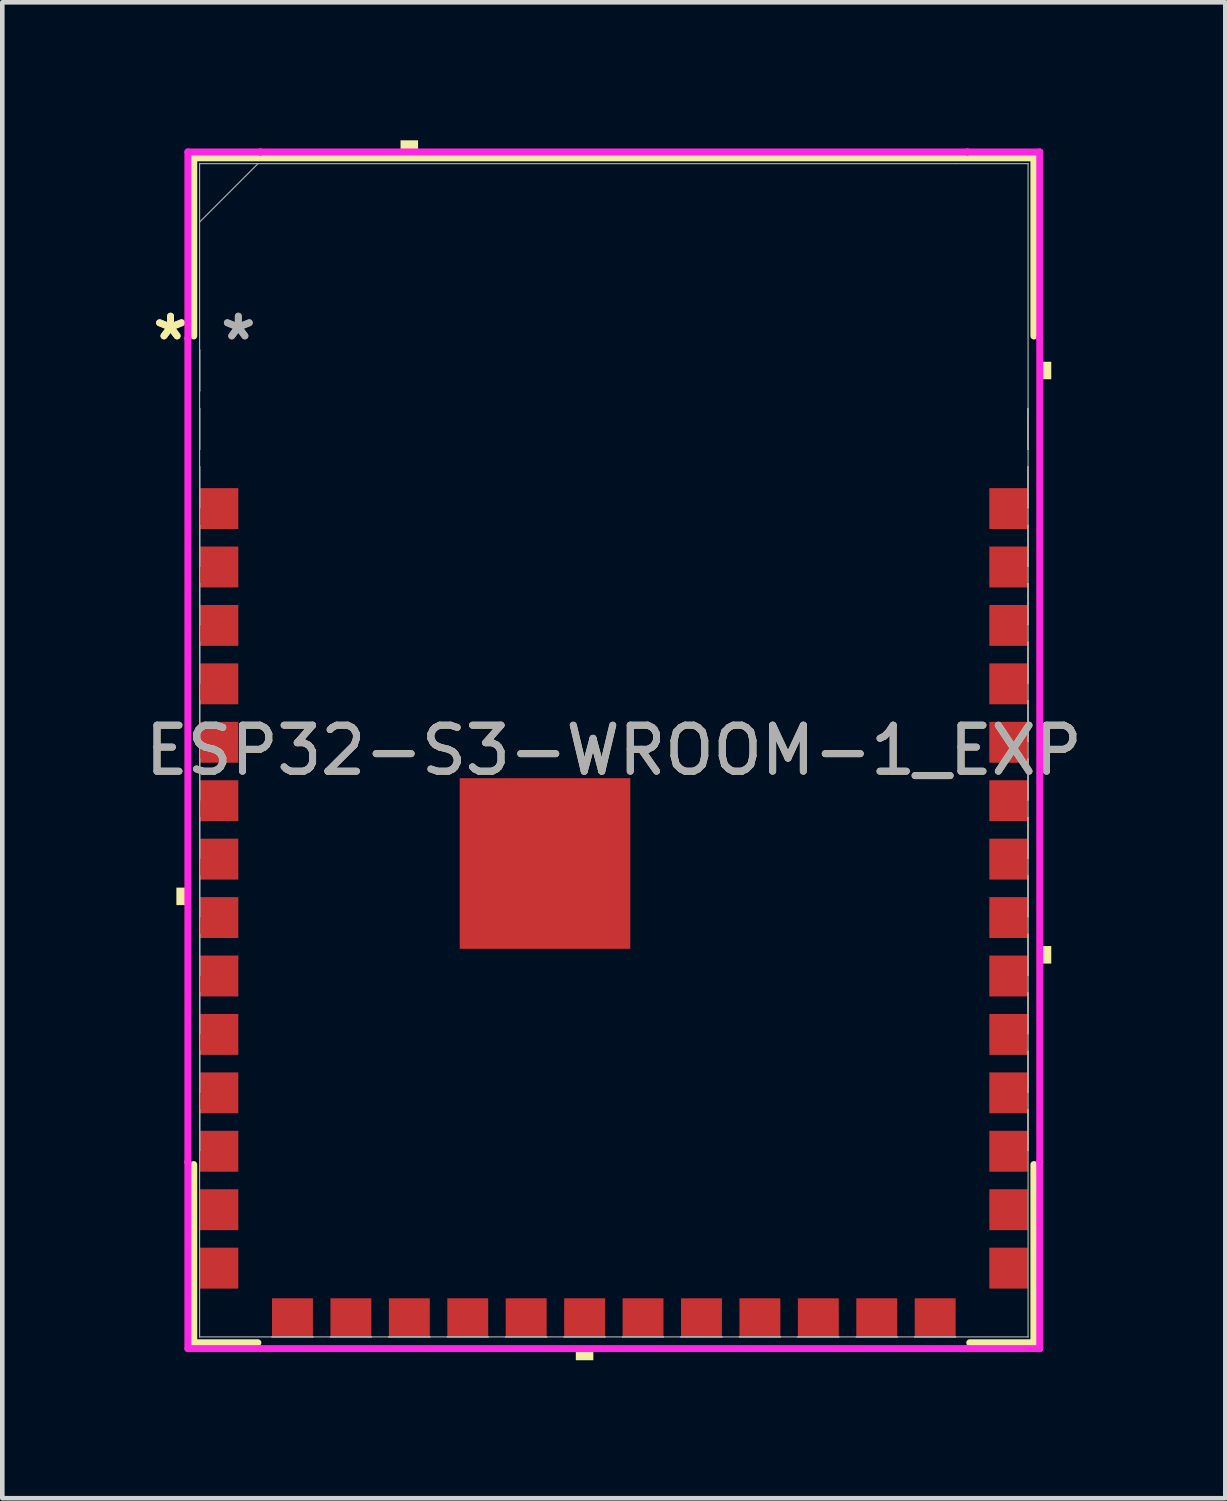
<source format=kicad_pcb>
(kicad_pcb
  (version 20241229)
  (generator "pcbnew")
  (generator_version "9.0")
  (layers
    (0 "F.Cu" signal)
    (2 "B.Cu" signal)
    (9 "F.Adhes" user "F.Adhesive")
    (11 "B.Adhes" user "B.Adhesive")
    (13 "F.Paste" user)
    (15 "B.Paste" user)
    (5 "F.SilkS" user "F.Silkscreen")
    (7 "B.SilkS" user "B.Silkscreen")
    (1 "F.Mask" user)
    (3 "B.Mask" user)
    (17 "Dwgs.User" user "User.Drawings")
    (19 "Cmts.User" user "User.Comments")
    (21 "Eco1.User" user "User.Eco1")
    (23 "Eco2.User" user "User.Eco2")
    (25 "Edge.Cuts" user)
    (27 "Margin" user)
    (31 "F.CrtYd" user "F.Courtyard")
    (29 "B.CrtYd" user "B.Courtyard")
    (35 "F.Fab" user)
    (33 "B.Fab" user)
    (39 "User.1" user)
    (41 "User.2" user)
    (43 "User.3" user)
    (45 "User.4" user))
  (footprint "ESP32-S3-WROOM-1_EXP"
    (layer "F.Cu")
    (at 10.292 13.258)
    (property "Reference" "ESP32-S3-WROOM-1_EXP" (at 0 0 0) (unlocked yes) (layer "F.SilkS") (effects (font (size 1 1) (thickness 0.15))))
    (attr smd)
    (fp_line (start -9.131 -12.878) (end -9.131 -9.005) (stroke (width 0.152) (type solid)) (layer "F.SilkS"))
    (fp_line (start -9.131 9.005) (end -9.131 12.878) (stroke (width 0.152) (type solid)) (layer "F.SilkS"))
    (fp_line (start -9.131 12.878) (end -7.737 12.878) (stroke (width 0.152) (type solid)) (layer "F.SilkS"))
    (fp_line (start 7.737 12.878) (end 9.131 12.878) (stroke (width 0.152) (type solid)) (layer "F.SilkS"))
    (fp_line (start 9.131 -12.878) (end -9.131 -12.878) (stroke (width 0.152) (type solid)) (layer "F.SilkS"))
    (fp_line (start 9.131 -9.005) (end 9.131 -12.878) (stroke (width 0.152) (type solid)) (layer "F.SilkS"))
    (fp_line (start 9.131 12.878) (end 9.131 9.005) (stroke (width 0.152) (type solid)) (layer "F.SilkS"))
    (fp_poly (pts (xy -9.508 2.985) (xy -9.508 3.365) (xy -9.254 3.365) (xy -9.254 2.985)) (stroke (width 0) (type solid)) (fill yes) (layer "F.SilkS"))
    (fp_poly (pts (xy -4.636 -13.004) (xy -4.636 -13.258) (xy -4.255 -13.258) (xy -4.255 -13.004)) (stroke (width 0) (type solid)) (fill yes) (layer "F.SilkS"))
    (fp_poly (pts (xy -0.826 13.004) (xy -0.826 13.258) (xy -0.445 13.258) (xy -0.445 13.004)) (stroke (width 0) (type solid)) (fill yes) (layer "F.SilkS"))
    (fp_poly (pts (xy 9.508 -8.445) (xy 9.508 -8.065) (xy 9.254 -8.065) (xy 9.254 -8.445)) (stroke (width 0) (type solid)) (fill yes) (layer "F.SilkS"))
    (fp_poly (pts (xy 9.508 4.255) (xy 9.508 4.636) (xy 9.254 4.636) (xy 9.254 4.255)) (stroke (width 0) (type solid)) (fill yes) (layer "F.SilkS"))
    (fp_poly (pts (xy -1.754 -1.754) (xy -1.754 -0.1) (xy -0.1 -0.1) (xy -0.1 -1.754)) (stroke (width 0) (type solid)) (fill yes) (layer "F.Paste"))
    (fp_poly (pts (xy -1.754 0.1) (xy -1.754 1.754) (xy -0.1 1.754) (xy -0.1 0.1)) (stroke (width 0) (type solid)) (fill yes) (layer "F.Paste"))
    (fp_poly (pts (xy 0.1 -1.754) (xy 0.1 -0.1) (xy 1.754 -0.1) (xy 1.754 -1.754)) (stroke (width 0) (type solid)) (fill yes) (layer "F.Paste"))
    (fp_poly (pts (xy 0.1 0.1) (xy 0.1 1.754) (xy 1.754 1.754) (xy 1.754 0.1)) (stroke (width 0) (type solid)) (fill yes) (layer "F.Paste"))
    (fp_line (start -9.258 -13.005) (end -7.684 -13.005) (stroke (width 0.152) (type solid)) (layer "F.CrtYd"))
    (fp_line (start -9.258 -8.954) (end -9.258 -13.005) (stroke (width 0.152) (type solid)) (layer "F.CrtYd"))
    (fp_line (start -9.258 -8.954) (end -9.258 -8.954) (stroke (width 0.152) (type solid)) (layer "F.CrtYd"))
    (fp_line (start -9.258 8.954) (end -9.258 -8.954) (stroke (width 0.152) (type solid)) (layer "F.CrtYd"))
    (fp_line (start -9.258 8.954) (end -9.258 8.954) (stroke (width 0.152) (type solid)) (layer "F.CrtYd"))
    (fp_line (start -9.258 13.005) (end -9.258 8.954) (stroke (width 0.152) (type solid)) (layer "F.CrtYd"))
    (fp_line (start -7.684 -13.005) (end -7.684 -13.005) (stroke (width 0.152) (type solid)) (layer "F.CrtYd"))
    (fp_line (start -7.684 -13.005) (end 7.684 -13.005) (stroke (width 0.152) (type solid)) (layer "F.CrtYd"))
    (fp_line (start -7.684 13.005) (end -9.258 13.005) (stroke (width 0.152) (type solid)) (layer "F.CrtYd"))
    (fp_line (start -7.684 13.005) (end -7.684 13.005) (stroke (width 0.152) (type solid)) (layer "F.CrtYd"))
    (fp_line (start 7.684 -13.005) (end 7.684 -13.005) (stroke (width 0.152) (type solid)) (layer "F.CrtYd"))
    (fp_line (start 7.684 -13.005) (end 9.258 -13.005) (stroke (width 0.152) (type solid)) (layer "F.CrtYd"))
    (fp_line (start 7.684 13.005) (end -7.684 13.005) (stroke (width 0.152) (type solid)) (layer "F.CrtYd"))
    (fp_line (start 7.684 13.005) (end 7.684 13.005) (stroke (width 0.152) (type solid)) (layer "F.CrtYd"))
    (fp_line (start 9.258 -13.005) (end 9.258 -8.954) (stroke (width 0.152) (type solid)) (layer "F.CrtYd"))
    (fp_line (start 9.258 -8.954) (end 9.258 -8.954) (stroke (width 0.152) (type solid)) (layer "F.CrtYd"))
    (fp_line (start 9.258 -8.954) (end 9.258 8.954) (stroke (width 0.152) (type solid)) (layer "F.CrtYd"))
    (fp_line (start 9.258 8.954) (end 9.258 8.954) (stroke (width 0.152) (type solid)) (layer "F.CrtYd"))
    (fp_line (start 9.258 8.954) (end 9.258 13.005) (stroke (width 0.152) (type solid)) (layer "F.CrtYd"))
    (fp_line (start 9.258 13.005) (end 7.684 13.005) (stroke (width 0.152) (type solid)) (layer "F.CrtYd"))
    (fp_line (start -9.004 -12.751) (end -9.004 -12.751) (stroke (width 0.025) (type solid)) (layer "F.Fab"))
    (fp_line (start -9.004 -12.751) (end -9.004 12.751) (stroke (width 0.025) (type solid)) (layer "F.Fab"))
    (fp_line (start -9.004 -11.481) (end -7.734 -12.751) (stroke (width 0.025) (type solid)) (layer "F.Fab"))
    (fp_line (start -9.004 -8.7) (end -9 -8.7) (stroke (width 0.025) (type solid)) (layer "F.Fab"))
    (fp_line (start -9.004 -7.811) (end -9.004 -8.7) (stroke (width 0.025) (type solid)) (layer "F.Fab"))
    (fp_line (start -9.004 -7.429) (end -9 -7.429) (stroke (width 0.025) (type solid)) (layer "F.Fab"))
    (fp_line (start -9.004 -6.54) (end -9.004 -7.429) (stroke (width 0.025) (type solid)) (layer "F.Fab"))
    (fp_line (start -9.004 -6.16) (end -9 -6.16) (stroke (width 0.025) (type solid)) (layer "F.Fab"))
    (fp_line (start -9.004 -5.271) (end -9.004 -6.16) (stroke (width 0.025) (type solid)) (layer "F.Fab"))
    (fp_line (start -9.004 -4.889) (end -9 -4.889) (stroke (width 0.025) (type solid)) (layer "F.Fab"))
    (fp_line (start -9.004 -4) (end -9.004 -4.889) (stroke (width 0.025) (type solid)) (layer "F.Fab"))
    (fp_line (start -9.004 -3.619) (end -9 -3.619) (stroke (width 0.025) (type solid)) (layer "F.Fab"))
    (fp_line (start -9.004 -2.731) (end -9.004 -3.619) (stroke (width 0.025) (type solid)) (layer "F.Fab"))
    (fp_line (start -9.004 -2.349) (end -9 -2.349) (stroke (width 0.025) (type solid)) (layer "F.Fab"))
    (fp_line (start -9.004 -1.46) (end -9.004 -2.349) (stroke (width 0.025) (type solid)) (layer "F.Fab"))
    (fp_line (start -9.004 -1.079) (end -9 -1.079) (stroke (width 0.025) (type solid)) (layer "F.Fab"))
    (fp_line (start -9.004 -0.191) (end -9.004 -1.079) (stroke (width 0.025) (type solid)) (layer "F.Fab"))
    (fp_line (start -9.004 0.191) (end -9 0.191) (stroke (width 0.025) (type solid)) (layer "F.Fab"))
    (fp_line (start -9.004 1.079) (end -9.004 0.191) (stroke (width 0.025) (type solid)) (layer "F.Fab"))
    (fp_line (start -9.004 1.46) (end -9 1.46) (stroke (width 0.025) (type solid)) (layer "F.Fab"))
    (fp_line (start -9.004 2.349) (end -9.004 1.46) (stroke (width 0.025) (type solid)) (layer "F.Fab"))
    (fp_line (start -9.004 2.731) (end -9 2.731) (stroke (width 0.025) (type solid)) (layer "F.Fab"))
    (fp_line (start -9.004 3.619) (end -9.004 2.731) (stroke (width 0.025) (type solid)) (layer "F.Fab"))
    (fp_line (start -9.004 4) (end -9 4) (stroke (width 0.025) (type solid)) (layer "F.Fab"))
    (fp_line (start -9.004 4.889) (end -9.004 4) (stroke (width 0.025) (type solid)) (layer "F.Fab"))
    (fp_line (start -9.004 5.271) (end -9 5.271) (stroke (width 0.025) (type solid)) (layer "F.Fab"))
    (fp_line (start -9.004 6.16) (end -9.004 5.271) (stroke (width 0.025) (type solid)) (layer "F.Fab"))
    (fp_line (start -9.004 6.54) (end -9 6.54) (stroke (width 0.025) (type solid)) (layer "F.Fab"))
    (fp_line (start -9.004 7.429) (end -9.004 6.54) (stroke (width 0.025) (type solid)) (layer "F.Fab"))
    (fp_line (start -9.004 7.811) (end -9 7.811) (stroke (width 0.025) (type solid)) (layer "F.Fab"))
    (fp_line (start -9.004 8.7) (end -9.004 7.811) (stroke (width 0.025) (type solid)) (layer "F.Fab"))
    (fp_line (start -9.004 12.751) (end -9.004 12.751) (stroke (width 0.025) (type solid)) (layer "F.Fab"))
    (fp_line (start -9.004 12.751) (end 9.004 12.751) (stroke (width 0.025) (type solid)) (layer "F.Fab"))
    (fp_line (start -9 -8.7) (end -9 -7.811) (stroke (width 0.025) (type solid)) (layer "F.Fab"))
    (fp_line (start -9 -7.811) (end -9.004 -7.811) (stroke (width 0.025) (type solid)) (layer "F.Fab"))
    (fp_line (start -9 -7.429) (end -9 -6.54) (stroke (width 0.025) (type solid)) (layer "F.Fab"))
    (fp_line (start -9 -6.54) (end -9.004 -6.54) (stroke (width 0.025) (type solid)) (layer "F.Fab"))
    (fp_line (start -9 -6.16) (end -9 -5.271) (stroke (width 0.025) (type solid)) (layer "F.Fab"))
    (fp_line (start -9 -5.271) (end -9.004 -5.271) (stroke (width 0.025) (type solid)) (layer "F.Fab"))
    (fp_line (start -9 -4.889) (end -9 -4) (stroke (width 0.025) (type solid)) (layer "F.Fab"))
    (fp_line (start -9 -4) (end -9.004 -4) (stroke (width 0.025) (type solid)) (layer "F.Fab"))
    (fp_line (start -9 -3.619) (end -9 -2.731) (stroke (width 0.025) (type solid)) (layer "F.Fab"))
    (fp_line (start -9 -2.731) (end -9.004 -2.731) (stroke (width 0.025) (type solid)) (layer "F.Fab"))
    (fp_line (start -9 -2.349) (end -9 -1.46) (stroke (width 0.025) (type solid)) (layer "F.Fab"))
    (fp_line (start -9 -1.46) (end -9.004 -1.46) (stroke (width 0.025) (type solid)) (layer "F.Fab"))
    (fp_line (start -9 -1.079) (end -9 -0.191) (stroke (width 0.025) (type solid)) (layer "F.Fab"))
    (fp_line (start -9 -0.191) (end -9.004 -0.191) (stroke (width 0.025) (type solid)) (layer "F.Fab"))
    (fp_line (start -9 0.191) (end -9 1.079) (stroke (width 0.025) (type solid)) (layer "F.Fab"))
    (fp_line (start -9 1.079) (end -9.004 1.079) (stroke (width 0.025) (type solid)) (layer "F.Fab"))
    (fp_line (start -9 1.46) (end -9 2.349) (stroke (width 0.025) (type solid)) (layer "F.Fab"))
    (fp_line (start -9 2.349) (end -9.004 2.349) (stroke (width 0.025) (type solid)) (layer "F.Fab"))
    (fp_line (start -9 2.731) (end -9 3.619) (stroke (width 0.025) (type solid)) (layer "F.Fab"))
    (fp_line (start -9 3.619) (end -9.004 3.619) (stroke (width 0.025) (type solid)) (layer "F.Fab"))
    (fp_line (start -9 4) (end -9 4.889) (stroke (width 0.025) (type solid)) (layer "F.Fab"))
    (fp_line (start -9 4.889) (end -9.004 4.889) (stroke (width 0.025) (type solid)) (layer "F.Fab"))
    (fp_line (start -9 5.271) (end -9 6.16) (stroke (width 0.025) (type solid)) (layer "F.Fab"))
    (fp_line (start -9 6.16) (end -9.004 6.16) (stroke (width 0.025) (type solid)) (layer "F.Fab"))
    (fp_line (start -9 6.54) (end -9 7.429) (stroke (width 0.025) (type solid)) (layer "F.Fab"))
    (fp_line (start -9 7.429) (end -9.004 7.429) (stroke (width 0.025) (type solid)) (layer "F.Fab"))
    (fp_line (start -9 7.811) (end -9 8.7) (stroke (width 0.025) (type solid)) (layer "F.Fab"))
    (fp_line (start -9 8.7) (end -9.004 8.7) (stroke (width 0.025) (type solid)) (layer "F.Fab"))
    (fp_line (start -7.429 12.75) (end -6.54 12.75) (stroke (width 0.025) (type solid)) (layer "F.Fab"))
    (fp_line (start -7.429 12.751) (end -7.429 12.75) (stroke (width 0.025) (type solid)) (layer "F.Fab"))
    (fp_line (start -6.54 12.75) (end -6.54 12.751) (stroke (width 0.025) (type solid)) (layer "F.Fab"))
    (fp_line (start -6.54 12.751) (end -7.429 12.751) (stroke (width 0.025) (type solid)) (layer "F.Fab"))
    (fp_line (start -6.16 12.75) (end -5.271 12.75) (stroke (width 0.025) (type solid)) (layer "F.Fab"))
    (fp_line (start -6.16 12.751) (end -6.16 12.75) (stroke (width 0.025) (type solid)) (layer "F.Fab"))
    (fp_line (start -5.271 12.75) (end -5.271 12.751) (stroke (width 0.025) (type solid)) (layer "F.Fab"))
    (fp_line (start -5.271 12.751) (end -6.16 12.751) (stroke (width 0.025) (type solid)) (layer "F.Fab"))
    (fp_line (start -4.889 12.75) (end -4 12.75) (stroke (width 0.025) (type solid)) (layer "F.Fab"))
    (fp_line (start -4.889 12.751) (end -4.889 12.75) (stroke (width 0.025) (type solid)) (layer "F.Fab"))
    (fp_line (start -4 12.75) (end -4 12.751) (stroke (width 0.025) (type solid)) (layer "F.Fab"))
    (fp_line (start -4 12.751) (end -4.889 12.751) (stroke (width 0.025) (type solid)) (layer "F.Fab"))
    (fp_line (start -3.619 12.75) (end -2.731 12.75) (stroke (width 0.025) (type solid)) (layer "F.Fab"))
    (fp_line (start -3.619 12.751) (end -3.619 12.75) (stroke (width 0.025) (type solid)) (layer "F.Fab"))
    (fp_line (start -2.731 12.75) (end -2.731 12.751) (stroke (width 0.025) (type solid)) (layer "F.Fab"))
    (fp_line (start -2.731 12.751) (end -3.619 12.751) (stroke (width 0.025) (type solid)) (layer "F.Fab"))
    (fp_line (start -2.349 12.75) (end -1.46 12.75) (stroke (width 0.025) (type solid)) (layer "F.Fab"))
    (fp_line (start -2.349 12.751) (end -2.349 12.75) (stroke (width 0.025) (type solid)) (layer "F.Fab"))
    (fp_line (start -1.46 12.75) (end -1.46 12.751) (stroke (width 0.025) (type solid)) (layer "F.Fab"))
    (fp_line (start -1.46 12.751) (end -2.349 12.751) (stroke (width 0.025) (type solid)) (layer "F.Fab"))
    (fp_line (start -1.079 12.75) (end -0.191 12.75) (stroke (width 0.025) (type solid)) (layer "F.Fab"))
    (fp_line (start -1.079 12.751) (end -1.079 12.75) (stroke (width 0.025) (type solid)) (layer "F.Fab"))
    (fp_line (start -0.191 12.75) (end -0.191 12.751) (stroke (width 0.025) (type solid)) (layer "F.Fab"))
    (fp_line (start -0.191 12.751) (end -1.079 12.751) (stroke (width 0.025) (type solid)) (layer "F.Fab"))
    (fp_line (start 0.191 12.75) (end 1.079 12.75) (stroke (width 0.025) (type solid)) (layer "F.Fab"))
    (fp_line (start 0.191 12.751) (end 0.191 12.75) (stroke (width 0.025) (type solid)) (layer "F.Fab"))
    (fp_line (start 1.079 12.75) (end 1.079 12.751) (stroke (width 0.025) (type solid)) (layer "F.Fab"))
    (fp_line (start 1.079 12.751) (end 0.191 12.751) (stroke (width 0.025) (type solid)) (layer "F.Fab"))
    (fp_line (start 1.46 12.75) (end 2.349 12.75) (stroke (width 0.025) (type solid)) (layer "F.Fab"))
    (fp_line (start 1.46 12.751) (end 1.46 12.75) (stroke (width 0.025) (type solid)) (layer "F.Fab"))
    (fp_line (start 2.349 12.75) (end 2.349 12.751) (stroke (width 0.025) (type solid)) (layer "F.Fab"))
    (fp_line (start 2.349 12.751) (end 1.46 12.751) (stroke (width 0.025) (type solid)) (layer "F.Fab"))
    (fp_line (start 2.731 12.75) (end 3.619 12.75) (stroke (width 0.025) (type solid)) (layer "F.Fab"))
    (fp_line (start 2.731 12.751) (end 2.731 12.75) (stroke (width 0.025) (type solid)) (layer "F.Fab"))
    (fp_line (start 3.619 12.75) (end 3.619 12.751) (stroke (width 0.025) (type solid)) (layer "F.Fab"))
    (fp_line (start 3.619 12.751) (end 2.731 12.751) (stroke (width 0.025) (type solid)) (layer "F.Fab"))
    (fp_line (start 4 12.75) (end 4.889 12.75) (stroke (width 0.025) (type solid)) (layer "F.Fab"))
    (fp_line (start 4 12.751) (end 4 12.75) (stroke (width 0.025) (type solid)) (layer "F.Fab"))
    (fp_line (start 4.889 12.75) (end 4.889 12.751) (stroke (width 0.025) (type solid)) (layer "F.Fab"))
    (fp_line (start 4.889 12.751) (end 4 12.751) (stroke (width 0.025) (type solid)) (layer "F.Fab"))
    (fp_line (start 5.271 12.75) (end 6.16 12.75) (stroke (width 0.025) (type solid)) (layer "F.Fab"))
    (fp_line (start 5.271 12.751) (end 5.271 12.75) (stroke (width 0.025) (type solid)) (layer "F.Fab"))
    (fp_line (start 6.16 12.75) (end 6.16 12.751) (stroke (width 0.025) (type solid)) (layer "F.Fab"))
    (fp_line (start 6.16 12.751) (end 5.271 12.751) (stroke (width 0.025) (type solid)) (layer "F.Fab"))
    (fp_line (start 6.54 12.75) (end 7.429 12.75) (stroke (width 0.025) (type solid)) (layer "F.Fab"))
    (fp_line (start 6.54 12.751) (end 6.54 12.75) (stroke (width 0.025) (type solid)) (layer "F.Fab"))
    (fp_line (start 7.429 -12.751) (end 7.429 -12.75) (stroke (width 0.025) (type solid)) (layer "F.Fab"))
    (fp_line (start 7.429 12.75) (end 7.429 12.751) (stroke (width 0.025) (type solid)) (layer "F.Fab"))
    (fp_line (start 7.429 12.751) (end 6.54 12.751) (stroke (width 0.025) (type solid)) (layer "F.Fab"))
    (fp_line (start 9 -7.429) (end 9.004 -7.429) (stroke (width 0.025) (type solid)) (layer "F.Fab"))
    (fp_line (start 9 -6.54) (end 9 -7.429) (stroke (width 0.025) (type solid)) (layer "F.Fab"))
    (fp_line (start 9 -6.16) (end 9.004 -6.16) (stroke (width 0.025) (type solid)) (layer "F.Fab"))
    (fp_line (start 9 -5.271) (end 9 -6.16) (stroke (width 0.025) (type solid)) (layer "F.Fab"))
    (fp_line (start 9 -4.889) (end 9.004 -4.889) (stroke (width 0.025) (type solid)) (layer "F.Fab"))
    (fp_line (start 9 -4) (end 9 -4.889) (stroke (width 0.025) (type solid)) (layer "F.Fab"))
    (fp_line (start 9 -3.619) (end 9.004 -3.619) (stroke (width 0.025) (type solid)) (layer "F.Fab"))
    (fp_line (start 9 -2.731) (end 9 -3.619) (stroke (width 0.025) (type solid)) (layer "F.Fab"))
    (fp_line (start 9 -2.349) (end 9.004 -2.349) (stroke (width 0.025) (type solid)) (layer "F.Fab"))
    (fp_line (start 9 -1.46) (end 9 -2.349) (stroke (width 0.025) (type solid)) (layer "F.Fab"))
    (fp_line (start 9 -1.079) (end 9.004 -1.079) (stroke (width 0.025) (type solid)) (layer "F.Fab"))
    (fp_line (start 9 -0.191) (end 9 -1.079) (stroke (width 0.025) (type solid)) (layer "F.Fab"))
    (fp_line (start 9 0.191) (end 9.004 0.191) (stroke (width 0.025) (type solid)) (layer "F.Fab"))
    (fp_line (start 9 1.079) (end 9 0.191) (stroke (width 0.025) (type solid)) (layer "F.Fab"))
    (fp_line (start 9 1.46) (end 9.004 1.46) (stroke (width 0.025) (type solid)) (layer "F.Fab"))
    (fp_line (start 9 2.349) (end 9 1.46) (stroke (width 0.025) (type solid)) (layer "F.Fab"))
    (fp_line (start 9 2.731) (end 9.004 2.731) (stroke (width 0.025) (type solid)) (layer "F.Fab"))
    (fp_line (start 9 3.619) (end 9 2.731) (stroke (width 0.025) (type solid)) (layer "F.Fab"))
    (fp_line (start 9 4) (end 9.004 4) (stroke (width 0.025) (type solid)) (layer "F.Fab"))
    (fp_line (start 9 4.889) (end 9 4) (stroke (width 0.025) (type solid)) (layer "F.Fab"))
    (fp_line (start 9 5.271) (end 9.004 5.271) (stroke (width 0.025) (type solid)) (layer "F.Fab"))
    (fp_line (start 9 6.16) (end 9 5.271) (stroke (width 0.025) (type solid)) (layer "F.Fab"))
    (fp_line (start 9 6.54) (end 9.004 6.54) (stroke (width 0.025) (type solid)) (layer "F.Fab"))
    (fp_line (start 9 7.429) (end 9 6.54) (stroke (width 0.025) (type solid)) (layer "F.Fab"))
    (fp_line (start 9 7.811) (end 9.004 7.811) (stroke (width 0.025) (type solid)) (layer "F.Fab"))
    (fp_line (start 9 8.7) (end 9 7.811) (stroke (width 0.025) (type solid)) (layer "F.Fab"))
    (fp_line (start 9.004 -12.751) (end -9.004 -12.751) (stroke (width 0.025) (type solid)) (layer "F.Fab"))
    (fp_line (start 9.004 -12.751) (end 9.004 -12.751) (stroke (width 0.025) (type solid)) (layer "F.Fab"))
    (fp_line (start 9.004 -7.429) (end 9.004 -6.54) (stroke (width 0.025) (type solid)) (layer "F.Fab"))
    (fp_line (start 9.004 -6.54) (end 9 -6.54) (stroke (width 0.025) (type solid)) (layer "F.Fab"))
    (fp_line (start 9.004 -6.16) (end 9.004 -5.271) (stroke (width 0.025) (type solid)) (layer "F.Fab"))
    (fp_line (start 9.004 -5.271) (end 9 -5.271) (stroke (width 0.025) (type solid)) (layer "F.Fab"))
    (fp_line (start 9.004 -4.889) (end 9.004 -4) (stroke (width 0.025) (type solid)) (layer "F.Fab"))
    (fp_line (start 9.004 -4) (end 9 -4) (stroke (width 0.025) (type solid)) (layer "F.Fab"))
    (fp_line (start 9.004 -3.619) (end 9.004 -2.731) (stroke (width 0.025) (type solid)) (layer "F.Fab"))
    (fp_line (start 9.004 -2.731) (end 9 -2.731) (stroke (width 0.025) (type solid)) (layer "F.Fab"))
    (fp_line (start 9.004 -2.349) (end 9.004 -1.46) (stroke (width 0.025) (type solid)) (layer "F.Fab"))
    (fp_line (start 9.004 -1.46) (end 9 -1.46) (stroke (width 0.025) (type solid)) (layer "F.Fab"))
    (fp_line (start 9.004 -1.079) (end 9.004 -0.191) (stroke (width 0.025) (type solid)) (layer "F.Fab"))
    (fp_line (start 9.004 -0.191) (end 9 -0.191) (stroke (width 0.025) (type solid)) (layer "F.Fab"))
    (fp_line (start 9.004 0.191) (end 9.004 1.079) (stroke (width 0.025) (type solid)) (layer "F.Fab"))
    (fp_line (start 9.004 1.079) (end 9 1.079) (stroke (width 0.025) (type solid)) (layer "F.Fab"))
    (fp_line (start 9.004 1.46) (end 9.004 2.349) (stroke (width 0.025) (type solid)) (layer "F.Fab"))
    (fp_line (start 9.004 2.349) (end 9 2.349) (stroke (width 0.025) (type solid)) (layer "F.Fab"))
    (fp_line (start 9.004 2.731) (end 9.004 3.619) (stroke (width 0.025) (type solid)) (layer "F.Fab"))
    (fp_line (start 9.004 3.619) (end 9 3.619) (stroke (width 0.025) (type solid)) (layer "F.Fab"))
    (fp_line (start 9.004 4) (end 9.004 4.889) (stroke (width 0.025) (type solid)) (layer "F.Fab"))
    (fp_line (start 9.004 4.889) (end 9 4.889) (stroke (width 0.025) (type solid)) (layer "F.Fab"))
    (fp_line (start 9.004 5.271) (end 9.004 6.16) (stroke (width 0.025) (type solid)) (layer "F.Fab"))
    (fp_line (start 9.004 6.16) (end 9 6.16) (stroke (width 0.025) (type solid)) (layer "F.Fab"))
    (fp_line (start 9.004 6.54) (end 9.004 7.429) (stroke (width 0.025) (type solid)) (layer "F.Fab"))
    (fp_line (start 9.004 7.429) (end 9 7.429) (stroke (width 0.025) (type solid)) (layer "F.Fab"))
    (fp_line (start 9.004 7.811) (end 9.004 8.7) (stroke (width 0.025) (type solid)) (layer "F.Fab"))
    (fp_line (start 9.004 8.7) (end 9 8.7) (stroke (width 0.025) (type solid)) (layer "F.Fab"))
    (fp_line (start 9.004 12.751) (end 9.004 -12.751) (stroke (width 0.025) (type solid)) (layer "F.Fab"))
    (fp_line (start 9.004 12.751) (end 9.004 12.751) (stroke (width 0.025) (type solid)) (layer "F.Fab"))
    (fp_text user "*" (at -9.635 -8.89 0) (unlocked yes) (layer "F.SilkS") (effects (font (size 1 1) (thickness 0.15))))
    (fp_text user "*" (at -9.635 -8.89 0) (layer "F.SilkS") (effects (font (size 1 1) (thickness 0.15))))
    (fp_text user "${REFERENCE}" (at 0 0 0) (unlocked yes) (layer "F.Fab") (effects (font (size 1 1) (thickness 0.15))))
    (fp_text user "*" (at -8.162 -8.89 0) (layer "F.Fab") (effects (font (size 1 1) (thickness 0.15))))
    (fp_text user "*" (at -8.162 -8.89 0) (unlocked yes) (layer "F.Fab") (effects (font (size 1 1) (thickness 0.15))))
    (pad "1" smd rect (at -8.581 -5.254 90) (size 0.889 0.838) (layers "F.Cu" "F.Mask" "F.Paste"))
    (pad "2" smd rect (at -8.581 -3.984 90) (size 0.889 0.838) (layers "F.Cu" "F.Mask" "F.Paste"))
    (pad "3" smd rect (at -8.581 -2.714 90) (size 0.889 0.838) (layers "F.Cu" "F.Mask" "F.Paste"))
    (pad "4" smd rect (at -8.581 -1.444 90) (size 0.889 0.838) (layers "F.Cu" "F.Mask" "F.Paste"))
    (pad "5" smd rect (at -8.581 -0.174 90) (size 0.889 0.838) (layers "F.Cu" "F.Mask" "F.Paste"))
    (pad "6" smd rect (at -8.581 1.096 90) (size 0.889 0.838) (layers "F.Cu" "F.Mask" "F.Paste"))
    (pad "7" smd rect (at -8.581 2.366 90) (size 0.889 0.838) (layers "F.Cu" "F.Mask" "F.Paste"))
    (pad "8" smd rect (at -8.581 3.636 90) (size 0.889 0.838) (layers "F.Cu" "F.Mask" "F.Paste"))
    (pad "9" smd rect (at -8.581 4.906 90) (size 0.889 0.838) (layers "F.Cu" "F.Mask" "F.Paste"))
    (pad "10" smd rect (at -8.581 6.176 90) (size 0.889 0.838) (layers "F.Cu" "F.Mask" "F.Paste"))
    (pad "11" smd rect (at -8.581 7.446 90) (size 0.889 0.838) (layers "F.Cu" "F.Mask" "F.Paste"))
    (pad "12" smd rect (at -8.581 8.716 90) (size 0.889 0.838) (layers "F.Cu" "F.Mask" "F.Paste"))
    (pad "13" smd rect (at -8.581 9.986 90) (size 0.889 0.838) (layers "F.Cu" "F.Mask" "F.Paste"))
    (pad "14" smd rect (at -8.581 11.256 90) (size 0.889 0.838) (layers "F.Cu" "F.Mask" "F.Paste"))
    (pad "15" smd rect (at -6.985 12.331) (size 0.889 0.838) (layers "F.Cu" "F.Mask" "F.Paste"))
    (pad "16" smd rect (at -5.715 12.331) (size 0.889 0.838) (layers "F.Cu" "F.Mask" "F.Paste"))
    (pad "17" smd rect (at -4.445 12.331) (size 0.889 0.838) (layers "F.Cu" "F.Mask" "F.Paste"))
    (pad "18" smd rect (at -3.175 12.331) (size 0.889 0.838) (layers "F.Cu" "F.Mask" "F.Paste"))
    (pad "19" smd rect (at -1.905 12.331) (size 0.889 0.838) (layers "F.Cu" "F.Mask" "F.Paste"))
    (pad "20" smd rect (at -0.635 12.331) (size 0.889 0.838) (layers "F.Cu" "F.Mask" "F.Paste"))
    (pad "21" smd rect (at 0.635 12.331) (size 0.889 0.838) (layers "F.Cu" "F.Mask" "F.Paste"))
    (pad "22" smd rect (at 1.905 12.331) (size 0.889 0.838) (layers "F.Cu" "F.Mask" "F.Paste"))
    (pad "23" smd rect (at 3.175 12.331) (size 0.889 0.838) (layers "F.Cu" "F.Mask" "F.Paste"))
    (pad "24" smd rect (at 4.445 12.331) (size 0.889 0.838) (layers "F.Cu" "F.Mask" "F.Paste"))
    (pad "25" smd rect (at 5.715 12.331) (size 0.889 0.838) (layers "F.Cu" "F.Mask" "F.Paste"))
    (pad "26" smd rect (at 6.985 12.331) (size 0.889 0.838) (layers "F.Cu" "F.Mask" "F.Paste"))
    (pad "27" smd rect (at 8.581 11.256 90) (size 0.889 0.838) (layers "F.Cu" "F.Mask" "F.Paste"))
    (pad "28" smd rect (at 8.581 9.986 90) (size 0.889 0.838) (layers "F.Cu" "F.Mask" "F.Paste"))
    (pad "29" smd rect (at 8.581 8.716 90) (size 0.889 0.838) (layers "F.Cu" "F.Mask" "F.Paste"))
    (pad "30" smd rect (at 8.581 7.446 90) (size 0.889 0.838) (layers "F.Cu" "F.Mask" "F.Paste"))
    (pad "31" smd rect (at 8.581 6.176 90) (size 0.889 0.838) (layers "F.Cu" "F.Mask" "F.Paste"))
    (pad "32" smd rect (at 8.581 4.906 90) (size 0.889 0.838) (layers "F.Cu" "F.Mask" "F.Paste"))
    (pad "33" smd rect (at 8.581 3.636 90) (size 0.889 0.838) (layers "F.Cu" "F.Mask" "F.Paste"))
    (pad "34" smd rect (at 8.581 2.366 90) (size 0.889 0.838) (layers "F.Cu" "F.Mask" "F.Paste"))
    (pad "35" smd rect (at 8.581 1.096 90) (size 0.889 0.838) (layers "F.Cu" "F.Mask" "F.Paste"))
    (pad "36" smd rect (at 8.581 -0.174 90) (size 0.889 0.838) (layers "F.Cu" "F.Mask" "F.Paste"))
    (pad "37" smd rect (at 8.581 -1.444 90) (size 0.889 0.838) (layers "F.Cu" "F.Mask" "F.Paste"))
    (pad "38" smd rect (at 8.581 -2.714 90) (size 0.889 0.838) (layers "F.Cu" "F.Mask" "F.Paste"))
    (pad "39" smd rect (at 8.581 -3.984 90) (size 0.889 0.838) (layers "F.Cu" "F.Mask" "F.Paste"))
    (pad "40" smd rect (at 8.581 -5.254 90) (size 0.889 0.838) (layers "F.Cu" "F.Mask" "F.Paste"))
    (pad "41" smd rect (at -1.496 2.461) (size 3.708 3.708) (layers "F.Cu" "F.Mask")))
  (gr_rect
    (start -3 -3)
    (end 23.583 29.516)
    (stroke (width 0.1) (type default))
    (fill no)
    (layer "Edge.Cuts")))
</source>
